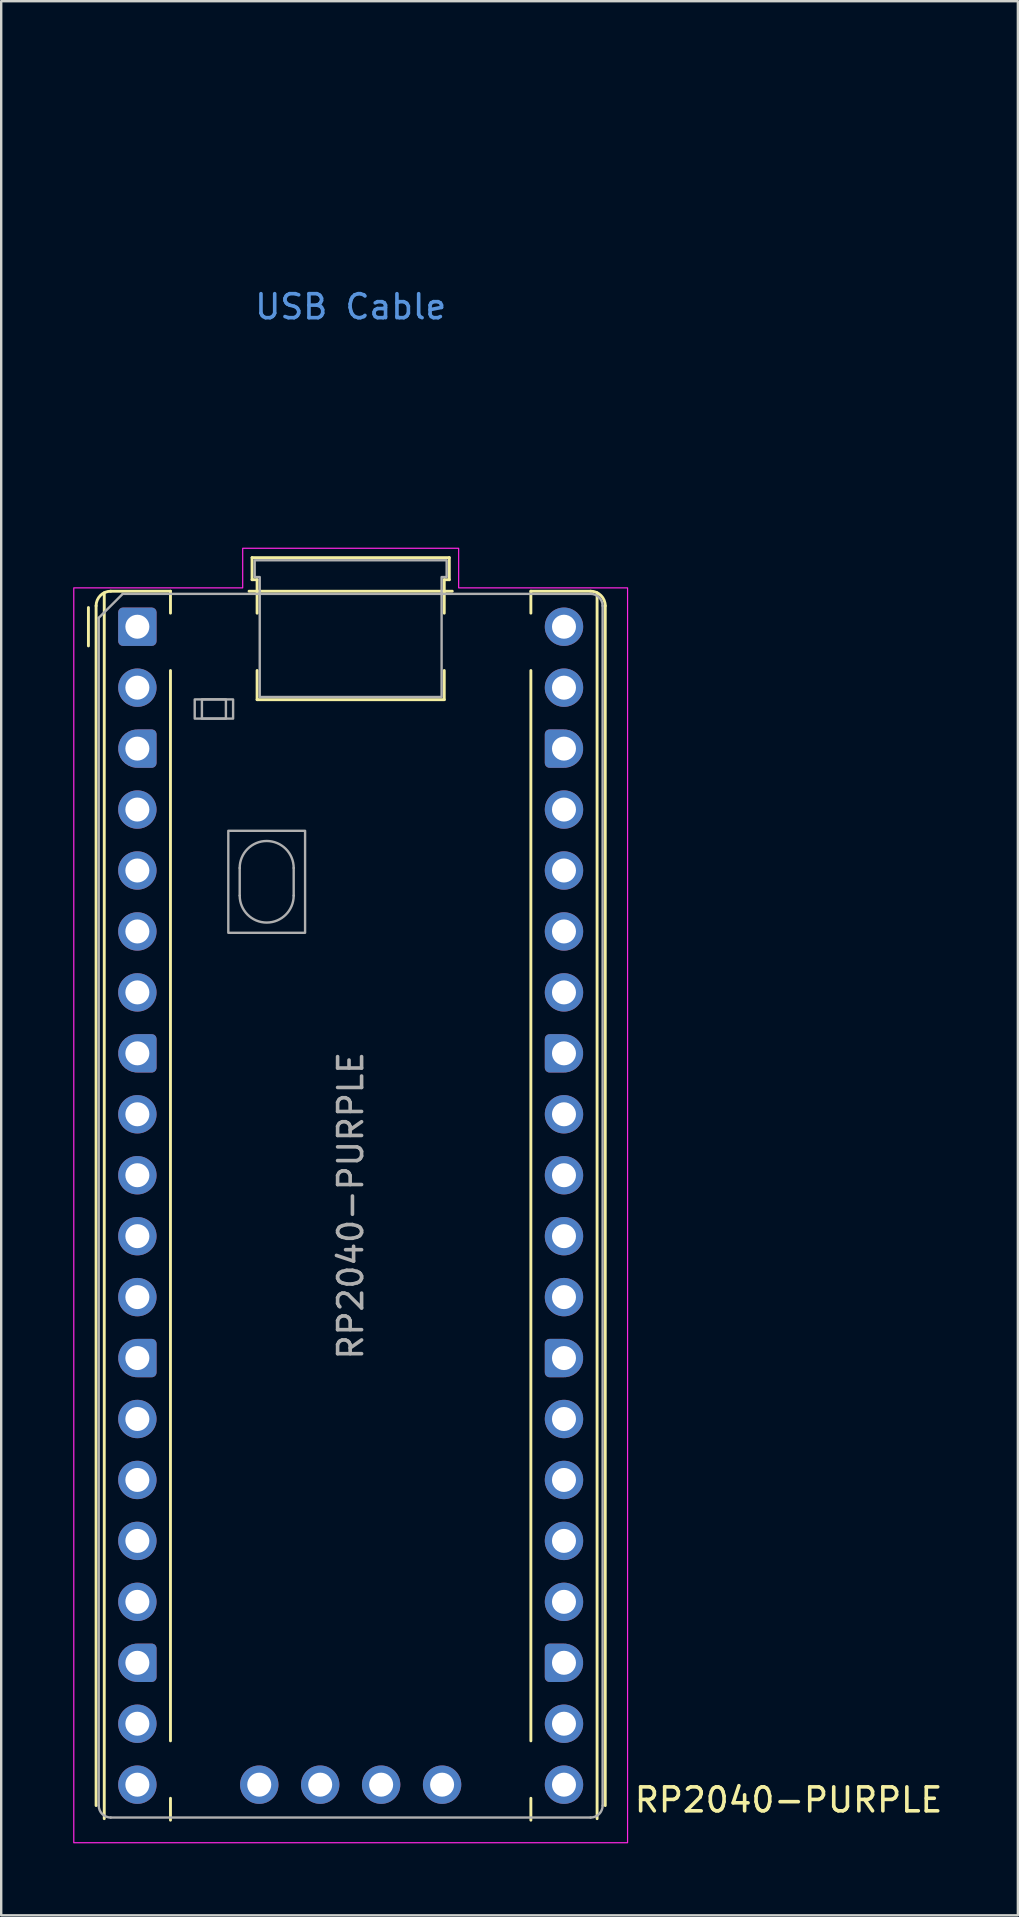
<source format=kicad_pcb>
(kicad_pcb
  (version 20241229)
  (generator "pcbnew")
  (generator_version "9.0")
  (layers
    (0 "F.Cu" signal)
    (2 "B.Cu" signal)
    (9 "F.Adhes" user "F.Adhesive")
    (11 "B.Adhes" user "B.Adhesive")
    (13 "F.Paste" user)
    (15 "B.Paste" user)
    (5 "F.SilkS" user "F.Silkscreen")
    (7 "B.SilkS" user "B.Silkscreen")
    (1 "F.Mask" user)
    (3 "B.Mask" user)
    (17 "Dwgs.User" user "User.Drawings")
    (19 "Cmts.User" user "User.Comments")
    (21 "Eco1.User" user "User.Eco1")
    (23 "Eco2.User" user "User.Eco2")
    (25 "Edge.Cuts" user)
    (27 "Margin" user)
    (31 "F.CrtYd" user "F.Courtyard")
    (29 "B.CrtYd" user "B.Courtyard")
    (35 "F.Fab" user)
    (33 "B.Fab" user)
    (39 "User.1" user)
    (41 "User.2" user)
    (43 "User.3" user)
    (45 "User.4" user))
  (footprint "RP2040-PURPLE"
    (layer "F.Cu")
    (at 11.565 47.2)
    (property "Reference" "RP2040-PURPLE" (at 11.748 24.765 0) (unlocked yes) (layer "F.SilkS") (effects (font (size 1 1) (thickness 0.15)) (justify left)))
    (attr through_hole)
    (fp_line (start -10.93 -23.33) (end -10.93 -24.93) (stroke (width 0.12) (type solid)) (layer "F.SilkS"))
    (fp_line (start -10.61 -25) (end -10.61 25) (stroke (width 0.12) (type solid)) (layer "F.SilkS"))
    (fp_line (start -10.27 -25.547) (end -10.27 25.547) (stroke (width 0.12) (type solid)) (layer "F.SilkS"))
    (fp_line (start -10 -25.61) (end -7.51 -25.61) (stroke (width 0.12) (type solid)) (layer "F.SilkS"))
    (fp_line (start -7.51 -25.61) (end -7.51 -24.696) (stroke (width 0.12) (type solid)) (layer "F.SilkS"))
    (fp_line (start -7.51 -22.304) (end -7.51 22.304) (stroke (width 0.12) (type solid)) (layer "F.SilkS"))
    (fp_line (start -7.51 24.696) (end -7.51 25.61) (stroke (width 0.12) (type solid)) (layer "F.SilkS"))
    (fp_line (start -4.235 -25.61) (end 4.235 -25.61) (stroke (width 0.12) (type solid)) (layer "F.SilkS"))
    (fp_line (start -4.11 -27.01) (end -4.11 -26.09) (stroke (width 0.12) (type solid)) (layer "F.SilkS"))
    (fp_line (start -4.11 -27.01) (end 4.11 -27.01) (stroke (width 0.12) (type solid)) (layer "F.SilkS"))
    (fp_line (start -4.11 -26.09) (end -3.9 -26.09) (stroke (width 0.12) (type solid)) (layer "F.SilkS"))
    (fp_line (start -3.9 -26.09) (end -3.9 -24.694) (stroke (width 0.12) (type solid)) (layer "F.SilkS"))
    (fp_line (start -3.9 -22.306) (end -3.9 -21.09) (stroke (width 0.12) (type solid)) (layer "F.SilkS"))
    (fp_line (start 3.9 -26.09) (end 3.9 -24.694) (stroke (width 0.12) (type solid)) (layer "F.SilkS"))
    (fp_line (start 3.9 -22.306) (end 3.9 -21.09) (stroke (width 0.12) (type solid)) (layer "F.SilkS"))
    (fp_line (start 3.9 -21.09) (end -3.9 -21.09) (stroke (width 0.12) (type solid)) (layer "F.SilkS"))
    (fp_line (start 4.11 -27.01) (end 4.11 -26.09) (stroke (width 0.12) (type solid)) (layer "F.SilkS"))
    (fp_line (start 4.11 -26.09) (end 3.9 -26.09) (stroke (width 0.12) (type solid)) (layer "F.SilkS"))
    (fp_line (start 7.51 -25.61) (end 7.51 -24.696) (stroke (width 0.12) (type solid)) (layer "F.SilkS"))
    (fp_line (start 7.51 -22.304) (end 7.51 22.304) (stroke (width 0.12) (type solid)) (layer "F.SilkS"))
    (fp_line (start 7.51 24.696) (end 7.51 25.61) (stroke (width 0.12) (type solid)) (layer "F.SilkS"))
    (fp_line (start 10 -25.61) (end 7.51 -25.61) (stroke (width 0.12) (type solid)) (layer "F.SilkS"))
    (fp_line (start 10.27 25.547) (end 10.27 -25.547) (stroke (width 0.12) (type solid)) (layer "F.SilkS"))
    (fp_line (start 10.61 -25) (end 10.61 25) (stroke (width 0.12) (type solid)) (layer "F.SilkS"))
    (fp_arc (start -10.61 -25) (mid -10.431335 -25.431335) (end -10 -25.61) (stroke (width 0.12) (type solid)) (layer "F.SilkS"))
    (fp_arc (start 10 -25.61) (mid 10.431335 -25.431335) (end 10.61 -25) (stroke (width 0.12) (type solid)) (layer "F.SilkS"))
    (fp_poly (pts (xy -4.5 -27.4) (xy 4.5 -27.4) (xy 4.5 -25.75) (xy 11.54 -25.75) (xy 11.54 26.55) (xy -11.54 26.55) (xy -11.54 -25.75) (xy -4.5 -25.75)) (stroke (width 0.05) (type solid)) (fill no) (layer "F.CrtYd"))
    (fp_line (start -10.5 -24.5) (end -9.5 -25.5) (stroke (width 0.1) (type solid)) (layer "F.Fab"))
    (fp_line (start -10.5 25) (end -10.5 -24.5) (stroke (width 0.1) (type solid)) (layer "F.Fab"))
    (fp_line (start -9.5 -25.5) (end 10 -25.5) (stroke (width 0.1) (type solid)) (layer "F.Fab"))
    (fp_line (start -4.625 -14.075) (end -4.625 -12.925) (stroke (width 0.1) (type solid)) (layer "F.Fab"))
    (fp_line (start -2.375 -14.075) (end -2.375 -12.925) (stroke (width 0.1) (type solid)) (layer "F.Fab"))
    (fp_line (start 10 25.5) (end -10 25.5) (stroke (width 0.1) (type solid)) (layer "F.Fab"))
    (fp_line (start 10.5 -25) (end 10.5 25) (stroke (width 0.1) (type solid)) (layer "F.Fab"))
    (fp_rect (start -6.5 -21.1) (end -4.9 -20.3) (stroke (width 0.1) (type solid)) (fill no) (layer "F.Fab"))
    (fp_rect (start -6.2 -21.1) (end -5.2 -20.3) (stroke (width 0.1) (type solid)) (fill no) (layer "F.Fab"))
    (fp_rect (start -5.1 -15.625) (end -1.9 -11.375) (stroke (width 0.1) (type solid)) (fill no) (layer "F.Fab"))
    (fp_arc (start -10 25.5) (mid -10.353553 25.353553) (end -10.5 25) (stroke (width 0.1) (type solid)) (layer "F.Fab"))
    (fp_arc (start -4.625 -14.075) (mid -3.5 -15.2) (end -2.375 -14.075) (stroke (width 0.1) (type solid)) (layer "F.Fab"))
    (fp_arc (start -2.375 -12.925) (mid -3.5 -11.8) (end -4.625 -12.925) (stroke (width 0.1) (type solid)) (layer "F.Fab"))
    (fp_arc (start 10 -25.5) (mid 10.353553 -25.353553) (end 10.5 -25) (stroke (width 0.1) (type solid)) (layer "F.Fab"))
    (fp_arc (start 10.5 25) (mid 10.353553 25.353553) (end 10 25.5) (stroke (width 0.1) (type solid)) (layer "F.Fab"))
    (fp_poly (pts (xy 3.79 -21.2) (xy 3.79 -26.2) (xy 4 -26.2) (xy 4 -26.9) (xy -4 -26.9) (xy -4 -26.2) (xy -3.79 -26.2) (xy -3.79 -21.2)) (stroke (width 0.1) (type solid)) (fill no) (layer "F.Fab"))
    (fp_text user "USB Cable" (at 0 -37.465 0) (unlocked yes) (layer "Cmts.User") (effects (font (size 1 1) (thickness 0.15))))
    (fp_text user "${REFERENCE}" (at 0 0 90) (layer "F.Fab") (effects (font (size 1 1) (thickness 0.15))))
    (pad "1" thru_hole roundrect (at -8.89 -24.13) (size 1.6 1.6) (drill 1) (layers "*.Cu" "*.Mask") (roundrect_rratio 0.125))
    (pad "2" thru_hole circle (at -8.89 -21.59) (size 1.6 1.6) (drill 1) (layers "*.Cu" "*.Mask"))
    (pad "3" thru_hole custom (at -8.89 -19.05) (size 1.6 1.6) (drill 1) (layers "*.Cu" "*.Mask") (options (anchor circle)) (primitives (gr_poly (pts (xy 0.8 0.6) (xy 0.8 -0.6) (xy 0.6 -0.8) (xy 0 -0.8) (xy 0 0.8) (xy 0.6 0.8)) (width 0) (fill yes)) (gr_circle (center 0.6 0.6) (end 0.8 0.6) (width 0) (fill yes)) (gr_circle (center 0.6 -0.6) (end 0.8 -0.6) (width 0) (fill yes))))
    (pad "4" thru_hole circle (at -8.89 -16.51) (size 1.6 1.6) (drill 1) (layers "*.Cu" "*.Mask"))
    (pad "5" thru_hole circle (at -8.89 -13.97) (size 1.6 1.6) (drill 1) (layers "*.Cu" "*.Mask"))
    (pad "6" thru_hole circle (at -8.89 -11.43) (size 1.6 1.6) (drill 1) (layers "*.Cu" "*.Mask"))
    (pad "7" thru_hole circle (at -8.89 -8.89) (size 1.6 1.6) (drill 1) (layers "*.Cu" "*.Mask"))
    (pad "8" thru_hole custom (at -8.89 -6.35) (size 1.6 1.6) (drill 1) (layers "*.Cu" "*.Mask") (options (anchor circle)) (primitives (gr_poly (pts (xy 0.8 0.6) (xy 0.8 -0.6) (xy 0.6 -0.8) (xy 0 -0.8) (xy 0 0.8) (xy 0.6 0.8)) (width 0) (fill yes)) (gr_circle (center 0.6 0.6) (end 0.8 0.6) (width 0) (fill yes)) (gr_circle (center 0.6 -0.6) (end 0.8 -0.6) (width 0) (fill yes))))
    (pad "9" thru_hole circle (at -8.89 -3.81) (size 1.6 1.6) (drill 1) (layers "*.Cu" "*.Mask"))
    (pad "10" thru_hole circle (at -8.89 -1.27) (size 1.6 1.6) (drill 1) (layers "*.Cu" "*.Mask"))
    (pad "11" thru_hole circle (at -8.89 1.27) (size 1.6 1.6) (drill 1) (layers "*.Cu" "*.Mask"))
    (pad "12" thru_hole circle (at -8.89 3.81) (size 1.6 1.6) (drill 1) (layers "*.Cu" "*.Mask"))
    (pad "13" thru_hole custom (at -8.89 6.35) (size 1.6 1.6) (drill 1) (layers "*.Cu" "*.Mask") (options (anchor circle)) (primitives (gr_poly (pts (xy 0.8 0.6) (xy 0.8 -0.6) (xy 0.6 -0.8) (xy 0 -0.8) (xy 0 0.8) (xy 0.6 0.8)) (width 0) (fill yes)) (gr_circle (center 0.6 0.6) (end 0.8 0.6) (width 0) (fill yes)) (gr_circle (center 0.6 -0.6) (end 0.8 -0.6) (width 0) (fill yes))))
    (pad "14" thru_hole circle (at -8.89 8.89) (size 1.6 1.6) (drill 1) (layers "*.Cu" "*.Mask"))
    (pad "15" thru_hole circle (at -8.89 11.43) (size 1.6 1.6) (drill 1) (layers "*.Cu" "*.Mask"))
    (pad "16" thru_hole circle (at -8.89 13.97) (size 1.6 1.6) (drill 1) (layers "*.Cu" "*.Mask"))
    (pad "17" thru_hole circle (at -8.89 16.51) (size 1.6 1.6) (drill 1) (layers "*.Cu" "*.Mask"))
    (pad "18" thru_hole custom (at -8.89 19.05) (size 1.6 1.6) (drill 1) (layers "*.Cu" "*.Mask") (options (anchor circle)) (primitives (gr_poly (pts (xy 0.8 0.6) (xy 0.8 -0.6) (xy 0.6 -0.8) (xy 0 -0.8) (xy 0 0.8) (xy 0.6 0.8)) (width 0) (fill yes)) (gr_circle (center 0.6 0.6) (end 0.8 0.6) (width 0) (fill yes)) (gr_circle (center 0.6 -0.6) (end 0.8 -0.6) (width 0) (fill yes))))
    (pad "19" thru_hole circle (at -8.89 21.59) (size 1.6 1.6) (drill 1) (layers "*.Cu" "*.Mask"))
    (pad "20" thru_hole circle (at -8.89 24.13) (size 1.6 1.6) (drill 1) (layers "*.Cu" "*.Mask"))
    (pad "21" thru_hole circle (at 8.89 24.13) (size 1.6 1.6) (drill 1) (layers "*.Cu" "*.Mask"))
    (pad "22" thru_hole circle (at 8.89 21.59) (size 1.6 1.6) (drill 1) (layers "*.Cu" "*.Mask"))
    (pad "23" thru_hole custom (at 8.89 19.05) (size 1.6 1.6) (drill 1) (layers "*.Cu" "*.Mask") (options (anchor circle)) (primitives (gr_poly (pts (xy -0.8 0.6) (xy -0.8 -0.6) (xy -0.6 -0.8) (xy 0 -0.8) (xy 0 0.8) (xy -0.6 0.8)) (width 0) (fill yes)) (gr_circle (center -0.6 0.6) (end -0.4 0.6) (width 0) (fill yes)) (gr_circle (center -0.6 -0.6) (end -0.4 -0.6) (width 0) (fill yes))))
    (pad "24" thru_hole circle (at 8.89 16.51) (size 1.6 1.6) (drill 1) (layers "*.Cu" "*.Mask"))
    (pad "25" thru_hole circle (at 8.89 13.97) (size 1.6 1.6) (drill 1) (layers "*.Cu" "*.Mask"))
    (pad "26" thru_hole circle (at 8.89 11.43) (size 1.6 1.6) (drill 1) (layers "*.Cu" "*.Mask"))
    (pad "27" thru_hole circle (at 8.89 8.89) (size 1.6 1.6) (drill 1) (layers "*.Cu" "*.Mask"))
    (pad "28" thru_hole custom (at 8.89 6.35) (size 1.6 1.6) (drill 1) (layers "*.Cu" "*.Mask") (options (anchor circle)) (primitives (gr_poly (pts (xy -0.8 0.6) (xy -0.8 -0.6) (xy -0.6 -0.8) (xy 0 -0.8) (xy 0 0.8) (xy -0.6 0.8)) (width 0) (fill yes)) (gr_circle (center -0.6 0.6) (end -0.4 0.6) (width 0) (fill yes)) (gr_circle (center -0.6 -0.6) (end -0.4 -0.6) (width 0) (fill yes))))
    (pad "29" thru_hole circle (at 8.89 3.81) (size 1.6 1.6) (drill 1) (layers "*.Cu" "*.Mask"))
    (pad "30" thru_hole circle (at 8.89 1.27) (size 1.6 1.6) (drill 1) (layers "*.Cu" "*.Mask"))
    (pad "31" thru_hole circle (at 8.89 -1.27) (size 1.6 1.6) (drill 1) (layers "*.Cu" "*.Mask"))
    (pad "32" thru_hole circle (at 8.89 -3.81) (size 1.6 1.6) (drill 1) (layers "*.Cu" "*.Mask"))
    (pad "33" thru_hole custom (at 8.89 -6.35) (size 1.6 1.6) (drill 1) (layers "*.Cu" "*.Mask") (options (anchor circle)) (primitives (gr_poly (pts (xy -0.8 0.6) (xy -0.8 -0.6) (xy -0.6 -0.8) (xy 0 -0.8) (xy 0 0.8) (xy -0.6 0.8)) (width 0) (fill yes)) (gr_circle (center -0.6 0.6) (end -0.4 0.6) (width 0) (fill yes)) (gr_circle (center -0.6 -0.6) (end -0.4 -0.6) (width 0) (fill yes))))
    (pad "34" thru_hole circle (at 8.89 -8.89) (size 1.6 1.6) (drill 1) (layers "*.Cu" "*.Mask"))
    (pad "35" thru_hole circle (at 8.89 -11.43) (size 1.6 1.6) (drill 1) (layers "*.Cu" "*.Mask"))
    (pad "36" thru_hole circle (at 8.89 -13.97) (size 1.6 1.6) (drill 1) (layers "*.Cu" "*.Mask"))
    (pad "37" thru_hole circle (at 8.89 -16.51) (size 1.6 1.6) (drill 1) (layers "*.Cu" "*.Mask"))
    (pad "38" thru_hole custom (at 8.89 -19.05) (size 1.6 1.6) (drill 1) (layers "*.Cu" "*.Mask") (options (anchor circle)) (primitives (gr_poly (pts (xy -0.8 0.6) (xy -0.8 -0.6) (xy -0.6 -0.8) (xy 0 -0.8) (xy 0 0.8) (xy -0.6 0.8)) (width 0) (fill yes)) (gr_circle (center -0.6 0.6) (end -0.4 0.6) (width 0) (fill yes)) (gr_circle (center -0.6 -0.6) (end -0.4 -0.6) (width 0) (fill yes))))
    (pad "39" thru_hole circle (at 8.89 -21.59) (size 1.6 1.6) (drill 1) (layers "*.Cu" "*.Mask"))
    (pad "40" thru_hole circle (at 8.89 -24.13) (size 1.6 1.6) (drill 1) (layers "*.Cu" "*.Mask"))
    (pad "D1" thru_hole circle (at -3.81 24.13) (size 1.6 1.6) (drill 1) (layers "*.Cu" "*.Mask"))
    (pad "D2" thru_hole circle (at -1.27 24.13) (size 1.6 1.6) (drill 1) (layers "*.Cu" "*.Mask"))
    (pad "D3" thru_hole circle (at 1.27 24.13) (size 1.6 1.6) (drill 1) (layers "*.Cu" "*.Mask"))
    (pad "D4" thru_hole circle (at 3.81 24.13) (size 1.6 1.6) (drill 1) (layers "*.Cu" "*.Mask"))
    (zone (net_name "") (layer "F.CrtYd") (name "USB Cable") (hatch edge 0.5) (connect_pads) (min_thickness 0.254) (filled_areas_thickness no) (keepout (tracks allowed) (vias allowed) (pads allowed) (copperpour allowed) (footprints allowed)) (placement (enabled no)) (fill) (polygon (pts (xy 5.815 19.5) (xy 7.625 19.5) (xy 7.625 19.8) (xy 15.505 19.8) (xy 15.505 19.5) (xy 17.315 19.5) (xy 17.315 0) (xy 5.815 0)))))
  (gr_rect
    (start -3 -3)
    (end 39.372 76.775)
    (stroke (width 0.1) (type default))
    (fill no)
    (layer "Edge.Cuts")))
</source>
